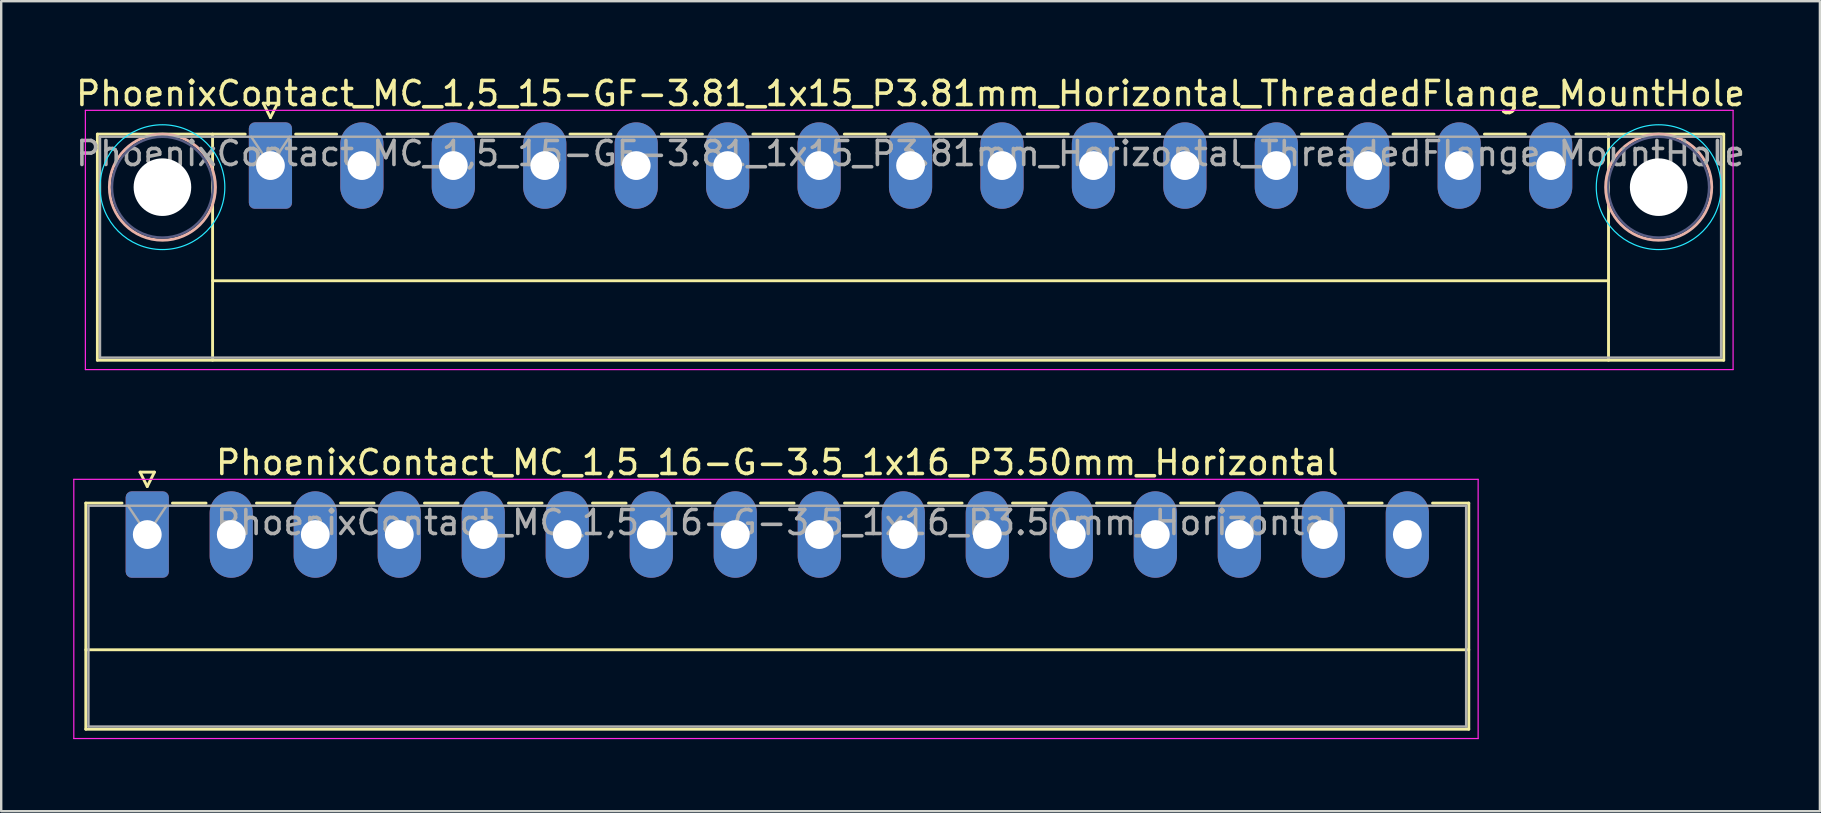
<source format=kicad_pcb>
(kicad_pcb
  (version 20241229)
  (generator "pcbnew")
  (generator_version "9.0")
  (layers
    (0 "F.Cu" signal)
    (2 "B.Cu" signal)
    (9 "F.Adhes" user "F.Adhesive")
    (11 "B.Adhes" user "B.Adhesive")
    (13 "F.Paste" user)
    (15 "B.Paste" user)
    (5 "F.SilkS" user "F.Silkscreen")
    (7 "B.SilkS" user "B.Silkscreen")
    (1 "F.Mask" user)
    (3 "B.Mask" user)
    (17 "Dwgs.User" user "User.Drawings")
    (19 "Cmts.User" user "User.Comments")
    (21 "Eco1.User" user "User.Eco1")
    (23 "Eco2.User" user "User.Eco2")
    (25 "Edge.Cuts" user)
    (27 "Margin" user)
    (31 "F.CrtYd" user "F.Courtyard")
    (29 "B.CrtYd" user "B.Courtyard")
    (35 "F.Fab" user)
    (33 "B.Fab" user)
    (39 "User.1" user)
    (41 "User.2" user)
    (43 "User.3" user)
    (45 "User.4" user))
  (footprint "PhoenixContact_MC_1,5_15-GF-3.81_1x15_P3.81mm_Horizontal_ThreadedFlange_MountHole"
    (layer "F.Cu")
    (at 8.217 3.848)
    (property "Reference" "PhoenixContact_MC_1,5_15-GF-3.81_1x15_P3.81mm_Horizontal_ThreadedFlange_MountHole" (at 26.67 -3 0) (layer "F.SilkS") (effects (font (size 1 1) (thickness 0.15))))
    (attr through_hole)
    (fp_line (start -7.21 -1.31) (end -7.21 8.11) (stroke (width 0.12) (type solid)) (layer "F.SilkS"))
    (fp_line (start -7.21 -1.31) (end -1.05 -1.31) (stroke (width 0.12) (type solid)) (layer "F.SilkS"))
    (fp_line (start -7.21 8.11) (end 60.55 8.11) (stroke (width 0.12) (type solid)) (layer "F.SilkS"))
    (fp_line (start -2.41 -1.31) (end -2.41 8.11) (stroke (width 0.12) (type solid)) (layer "F.SilkS"))
    (fp_line (start -2.41 4.8) (end 55.75 4.8) (stroke (width 0.12) (type solid)) (layer "F.SilkS"))
    (fp_line (start -0.3 -2.6) (end 0.3 -2.6) (stroke (width 0.12) (type solid)) (layer "F.SilkS"))
    (fp_line (start 0 -2) (end -0.3 -2.6) (stroke (width 0.12) (type solid)) (layer "F.SilkS"))
    (fp_line (start 0.3 -2.6) (end 0 -2) (stroke (width 0.12) (type solid)) (layer "F.SilkS"))
    (fp_line (start 1.05 -1.31) (end 2.76 -1.31) (stroke (width 0.12) (type solid)) (layer "F.SilkS"))
    (fp_line (start 4.86 -1.31) (end 6.57 -1.31) (stroke (width 0.12) (type solid)) (layer "F.SilkS"))
    (fp_line (start 8.67 -1.31) (end 10.38 -1.31) (stroke (width 0.12) (type solid)) (layer "F.SilkS"))
    (fp_line (start 12.48 -1.31) (end 14.19 -1.31) (stroke (width 0.12) (type solid)) (layer "F.SilkS"))
    (fp_line (start 16.29 -1.31) (end 18 -1.31) (stroke (width 0.12) (type solid)) (layer "F.SilkS"))
    (fp_line (start 20.1 -1.31) (end 21.81 -1.31) (stroke (width 0.12) (type solid)) (layer "F.SilkS"))
    (fp_line (start 23.91 -1.31) (end 25.62 -1.31) (stroke (width 0.12) (type solid)) (layer "F.SilkS"))
    (fp_line (start 27.72 -1.31) (end 29.43 -1.31) (stroke (width 0.12) (type solid)) (layer "F.SilkS"))
    (fp_line (start 31.53 -1.31) (end 33.24 -1.31) (stroke (width 0.12) (type solid)) (layer "F.SilkS"))
    (fp_line (start 35.34 -1.31) (end 37.05 -1.31) (stroke (width 0.12) (type solid)) (layer "F.SilkS"))
    (fp_line (start 39.15 -1.31) (end 40.86 -1.31) (stroke (width 0.12) (type solid)) (layer "F.SilkS"))
    (fp_line (start 42.96 -1.31) (end 44.67 -1.31) (stroke (width 0.12) (type solid)) (layer "F.SilkS"))
    (fp_line (start 46.77 -1.31) (end 48.48 -1.31) (stroke (width 0.12) (type solid)) (layer "F.SilkS"))
    (fp_line (start 50.58 -1.31) (end 52.29 -1.31) (stroke (width 0.12) (type solid)) (layer "F.SilkS"))
    (fp_line (start 55.75 -1.31) (end 55.75 8.11) (stroke (width 0.12) (type solid)) (layer "F.SilkS"))
    (fp_line (start 60.55 -1.31) (end 54.39 -1.31) (stroke (width 0.12) (type solid)) (layer "F.SilkS"))
    (fp_line (start 60.55 8.11) (end 60.55 -1.31) (stroke (width 0.12) (type solid)) (layer "F.SilkS"))
    (fp_circle (center -4.5 0.9) (end -2.29 0.9) (stroke (width 0.12) (type solid)) (fill no) (layer "B.SilkS"))
    (fp_circle (center 57.84 0.9) (end 60.05 0.9) (stroke (width 0.12) (type solid)) (fill no) (layer "B.SilkS"))
    (fp_circle (center -4.5 0.9) (end -1.9 0.9) (stroke (width 0.05) (type solid)) (fill no) (layer "B.CrtYd"))
    (fp_circle (center 57.84 0.9) (end 60.44 0.9) (stroke (width 0.05) (type solid)) (fill no) (layer "B.CrtYd"))
    (fp_line (start -7.71 -2.3) (end -7.71 8.5) (stroke (width 0.05) (type solid)) (layer "F.CrtYd"))
    (fp_line (start -7.71 8.5) (end 60.94 8.5) (stroke (width 0.05) (type solid)) (layer "F.CrtYd"))
    (fp_line (start 60.94 -2.3) (end -7.71 -2.3) (stroke (width 0.05) (type solid)) (layer "F.CrtYd"))
    (fp_line (start 60.94 8.5) (end 60.94 -2.3) (stroke (width 0.05) (type solid)) (layer "F.CrtYd"))
    (fp_circle (center -4.5 0.9) (end -2.4 0.9) (stroke (width 0.1) (type solid)) (fill no) (layer "B.Fab"))
    (fp_circle (center 57.84 0.9) (end 59.94 0.9) (stroke (width 0.1) (type solid)) (fill no) (layer "B.Fab"))
    (fp_line (start -7.1 -1.2) (end -7.1 8) (stroke (width 0.1) (type solid)) (layer "F.Fab"))
    (fp_line (start -7.1 8) (end 60.44 8) (stroke (width 0.1) (type solid)) (layer "F.Fab"))
    (fp_line (start 0 0) (end -0.8 -1.2) (stroke (width 0.1) (type solid)) (layer "F.Fab"))
    (fp_line (start 0.8 -1.2) (end 0 0) (stroke (width 0.1) (type solid)) (layer "F.Fab"))
    (fp_line (start 60.44 -1.2) (end -7.1 -1.2) (stroke (width 0.1) (type solid)) (layer "F.Fab"))
    (fp_line (start 60.44 8) (end 60.44 -1.2) (stroke (width 0.1) (type solid)) (layer "F.Fab"))
    (fp_text user "${REFERENCE}" (at 26.67 -0.5 0) (layer "F.Fab") (effects (font (size 1 1) (thickness 0.15))))
    (pad "" np_thru_hole circle (at -4.5 0.9) (size 2.4 2.4) (drill 2.4) (layers "*.Cu" "*.Mask"))
    (pad "" np_thru_hole circle (at 57.84 0.9) (size 2.4 2.4) (drill 2.4) (layers "*.Cu" "*.Mask"))
    (pad "1" thru_hole roundrect (at 0 0) (size 1.8 3.6) (drill 1.2) (layers "*.Cu" "*.Mask") (roundrect_rratio 0.139))
    (pad "2" thru_hole oval (at 3.81 0) (size 1.8 3.6) (drill 1.2) (layers "*.Cu" "*.Mask"))
    (pad "3" thru_hole oval (at 7.62 0) (size 1.8 3.6) (drill 1.2) (layers "*.Cu" "*.Mask"))
    (pad "4" thru_hole oval (at 11.43 0) (size 1.8 3.6) (drill 1.2) (layers "*.Cu" "*.Mask"))
    (pad "5" thru_hole oval (at 15.24 0) (size 1.8 3.6) (drill 1.2) (layers "*.Cu" "*.Mask"))
    (pad "6" thru_hole oval (at 19.05 0) (size 1.8 3.6) (drill 1.2) (layers "*.Cu" "*.Mask"))
    (pad "7" thru_hole oval (at 22.86 0) (size 1.8 3.6) (drill 1.2) (layers "*.Cu" "*.Mask"))
    (pad "8" thru_hole oval (at 26.67 0) (size 1.8 3.6) (drill 1.2) (layers "*.Cu" "*.Mask"))
    (pad "9" thru_hole oval (at 30.48 0) (size 1.8 3.6) (drill 1.2) (layers "*.Cu" "*.Mask"))
    (pad "10" thru_hole oval (at 34.29 0) (size 1.8 3.6) (drill 1.2) (layers "*.Cu" "*.Mask"))
    (pad "11" thru_hole oval (at 38.1 0) (size 1.8 3.6) (drill 1.2) (layers "*.Cu" "*.Mask"))
    (pad "12" thru_hole oval (at 41.91 0) (size 1.8 3.6) (drill 1.2) (layers "*.Cu" "*.Mask"))
    (pad "13" thru_hole oval (at 45.72 0) (size 1.8 3.6) (drill 1.2) (layers "*.Cu" "*.Mask"))
    (pad "14" thru_hole oval (at 49.53 0) (size 1.8 3.6) (drill 1.2) (layers "*.Cu" "*.Mask"))
    (pad "15" thru_hole oval (at 53.34 0) (size 1.8 3.6) (drill 1.2) (layers "*.Cu" "*.Mask")))
  (footprint "PhoenixContact_MC_1,5_16-G-3.5_1x16_P3.50mm_Horizontal"
    (layer "F.Cu")
    (at 3.085 19.221)
    (property "Reference" "PhoenixContact_MC_1,5_16-G-3.5_1x16_P3.50mm_Horizontal" (at 26.25 -3 0) (layer "F.SilkS") (effects (font (size 1 1) (thickness 0.15))))
    (attr through_hole)
    (fp_line (start -2.56 -1.31) (end -2.56 8.11) (stroke (width 0.12) (type solid)) (layer "F.SilkS"))
    (fp_line (start -2.56 -1.31) (end -1.05 -1.31) (stroke (width 0.12) (type solid)) (layer "F.SilkS"))
    (fp_line (start -2.56 4.8) (end 55.06 4.8) (stroke (width 0.12) (type solid)) (layer "F.SilkS"))
    (fp_line (start -2.56 8.11) (end 55.06 8.11) (stroke (width 0.12) (type solid)) (layer "F.SilkS"))
    (fp_line (start -0.3 -2.6) (end 0.3 -2.6) (stroke (width 0.12) (type solid)) (layer "F.SilkS"))
    (fp_line (start 0 -2) (end -0.3 -2.6) (stroke (width 0.12) (type solid)) (layer "F.SilkS"))
    (fp_line (start 0.3 -2.6) (end 0 -2) (stroke (width 0.12) (type solid)) (layer "F.SilkS"))
    (fp_line (start 1.05 -1.31) (end 2.45 -1.31) (stroke (width 0.12) (type solid)) (layer "F.SilkS"))
    (fp_line (start 4.55 -1.31) (end 5.95 -1.31) (stroke (width 0.12) (type solid)) (layer "F.SilkS"))
    (fp_line (start 8.05 -1.31) (end 9.45 -1.31) (stroke (width 0.12) (type solid)) (layer "F.SilkS"))
    (fp_line (start 11.55 -1.31) (end 12.95 -1.31) (stroke (width 0.12) (type solid)) (layer "F.SilkS"))
    (fp_line (start 15.05 -1.31) (end 16.45 -1.31) (stroke (width 0.12) (type solid)) (layer "F.SilkS"))
    (fp_line (start 18.55 -1.31) (end 19.95 -1.31) (stroke (width 0.12) (type solid)) (layer "F.SilkS"))
    (fp_line (start 22.05 -1.31) (end 23.45 -1.31) (stroke (width 0.12) (type solid)) (layer "F.SilkS"))
    (fp_line (start 25.55 -1.31) (end 26.95 -1.31) (stroke (width 0.12) (type solid)) (layer "F.SilkS"))
    (fp_line (start 29.05 -1.31) (end 30.45 -1.31) (stroke (width 0.12) (type solid)) (layer "F.SilkS"))
    (fp_line (start 32.55 -1.31) (end 33.95 -1.31) (stroke (width 0.12) (type solid)) (layer "F.SilkS"))
    (fp_line (start 36.05 -1.31) (end 37.45 -1.31) (stroke (width 0.12) (type solid)) (layer "F.SilkS"))
    (fp_line (start 39.55 -1.31) (end 40.95 -1.31) (stroke (width 0.12) (type solid)) (layer "F.SilkS"))
    (fp_line (start 43.05 -1.31) (end 44.45 -1.31) (stroke (width 0.12) (type solid)) (layer "F.SilkS"))
    (fp_line (start 46.55 -1.31) (end 47.95 -1.31) (stroke (width 0.12) (type solid)) (layer "F.SilkS"))
    (fp_line (start 50.05 -1.31) (end 51.45 -1.31) (stroke (width 0.12) (type solid)) (layer "F.SilkS"))
    (fp_line (start 55.06 -1.31) (end 53.55 -1.31) (stroke (width 0.12) (type solid)) (layer "F.SilkS"))
    (fp_line (start 55.06 8.11) (end 55.06 -1.31) (stroke (width 0.12) (type solid)) (layer "F.SilkS"))
    (fp_line (start -3.06 -2.3) (end -3.06 8.5) (stroke (width 0.05) (type solid)) (layer "F.CrtYd"))
    (fp_line (start -3.06 8.5) (end 55.45 8.5) (stroke (width 0.05) (type solid)) (layer "F.CrtYd"))
    (fp_line (start 55.45 -2.3) (end -3.06 -2.3) (stroke (width 0.05) (type solid)) (layer "F.CrtYd"))
    (fp_line (start 55.45 8.5) (end 55.45 -2.3) (stroke (width 0.05) (type solid)) (layer "F.CrtYd"))
    (fp_line (start -2.45 -1.2) (end -2.45 8) (stroke (width 0.1) (type solid)) (layer "F.Fab"))
    (fp_line (start -2.45 8) (end 54.95 8) (stroke (width 0.1) (type solid)) (layer "F.Fab"))
    (fp_line (start 0 0) (end -0.8 -1.2) (stroke (width 0.1) (type solid)) (layer "F.Fab"))
    (fp_line (start 0.8 -1.2) (end 0 0) (stroke (width 0.1) (type solid)) (layer "F.Fab"))
    (fp_line (start 54.95 -1.2) (end -2.45 -1.2) (stroke (width 0.1) (type solid)) (layer "F.Fab"))
    (fp_line (start 54.95 8) (end 54.95 -1.2) (stroke (width 0.1) (type solid)) (layer "F.Fab"))
    (fp_text user "${REFERENCE}" (at 26.25 -0.5 0) (layer "F.Fab") (effects (font (size 1 1) (thickness 0.15))))
    (pad "1" thru_hole roundrect (at 0 0) (size 1.8 3.6) (drill 1.2) (layers "*.Cu" "*.Mask") (roundrect_rratio 0.139))
    (pad "2" thru_hole oval (at 3.5 0) (size 1.8 3.6) (drill 1.2) (layers "*.Cu" "*.Mask"))
    (pad "3" thru_hole oval (at 7 0) (size 1.8 3.6) (drill 1.2) (layers "*.Cu" "*.Mask"))
    (pad "4" thru_hole oval (at 10.5 0) (size 1.8 3.6) (drill 1.2) (layers "*.Cu" "*.Mask"))
    (pad "5" thru_hole oval (at 14 0) (size 1.8 3.6) (drill 1.2) (layers "*.Cu" "*.Mask"))
    (pad "6" thru_hole oval (at 17.5 0) (size 1.8 3.6) (drill 1.2) (layers "*.Cu" "*.Mask"))
    (pad "7" thru_hole oval (at 21 0) (size 1.8 3.6) (drill 1.2) (layers "*.Cu" "*.Mask"))
    (pad "8" thru_hole oval (at 24.5 0) (size 1.8 3.6) (drill 1.2) (layers "*.Cu" "*.Mask"))
    (pad "9" thru_hole oval (at 28 0) (size 1.8 3.6) (drill 1.2) (layers "*.Cu" "*.Mask"))
    (pad "10" thru_hole oval (at 31.5 0) (size 1.8 3.6) (drill 1.2) (layers "*.Cu" "*.Mask"))
    (pad "11" thru_hole oval (at 35 0) (size 1.8 3.6) (drill 1.2) (layers "*.Cu" "*.Mask"))
    (pad "12" thru_hole oval (at 38.5 0) (size 1.8 3.6) (drill 1.2) (layers "*.Cu" "*.Mask"))
    (pad "13" thru_hole oval (at 42 0) (size 1.8 3.6) (drill 1.2) (layers "*.Cu" "*.Mask"))
    (pad "14" thru_hole oval (at 45.5 0) (size 1.8 3.6) (drill 1.2) (layers "*.Cu" "*.Mask"))
    (pad "15" thru_hole oval (at 49 0) (size 1.8 3.6) (drill 1.2) (layers "*.Cu" "*.Mask"))
    (pad "16" thru_hole oval (at 52.5 0) (size 1.8 3.6) (drill 1.2) (layers "*.Cu" "*.Mask")))
  (gr_rect
    (start -3 -3)
    (end 72.774 30.747)
    (stroke (width 0.1) (type default))
    (fill no)
    (layer "Edge.Cuts")))
</source>
